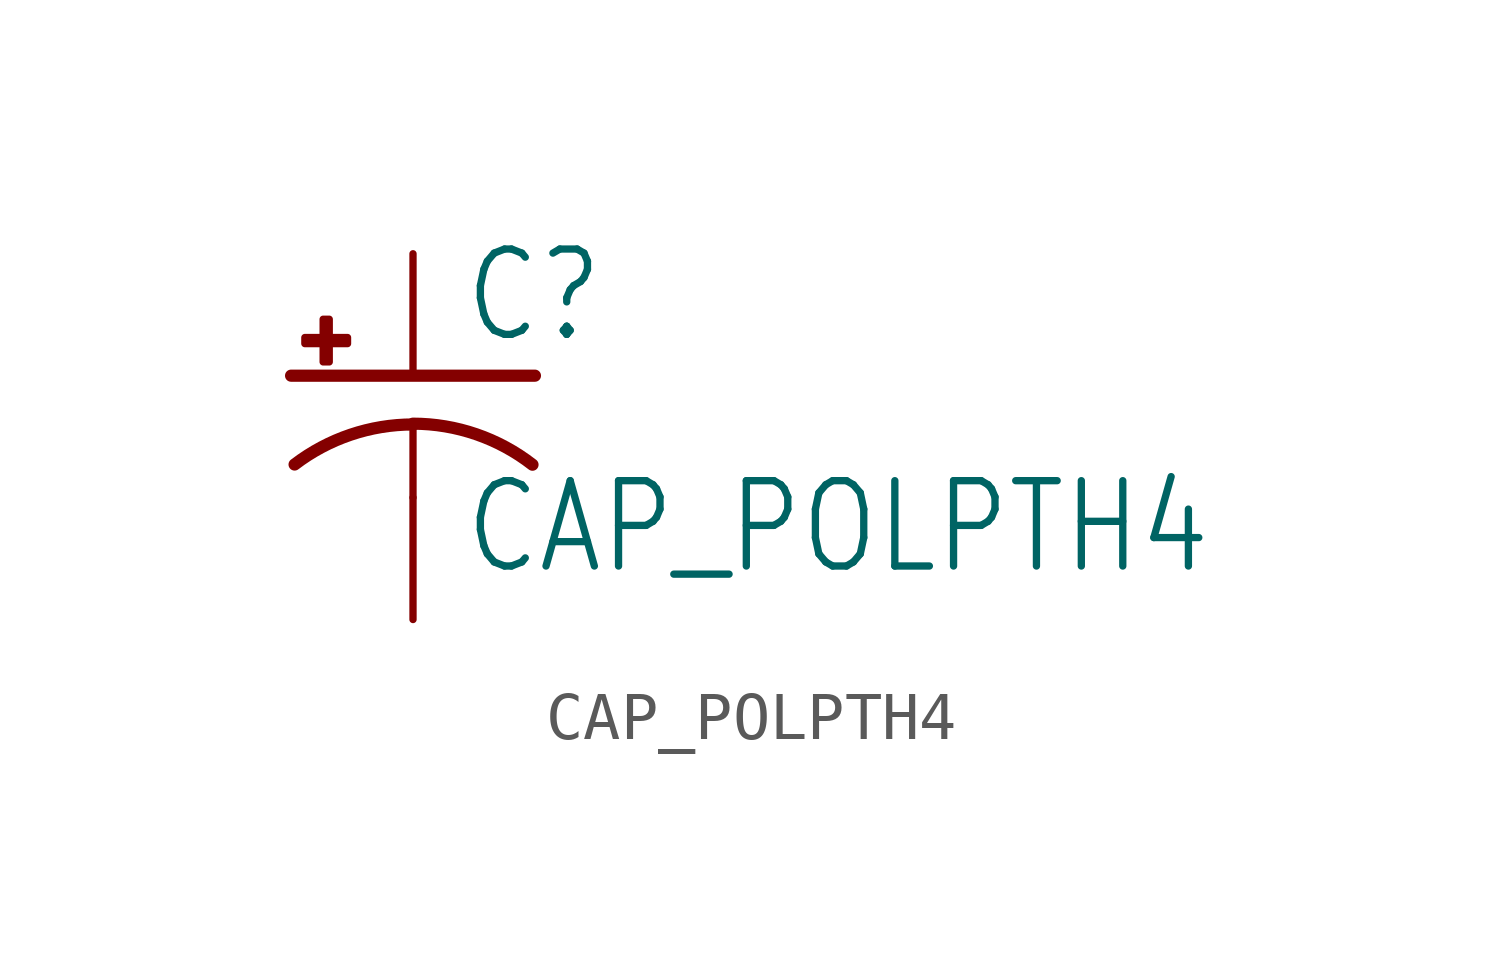
<source format=kicad_sym>
(kicad_symbol_lib
  (version 20200126)
  (host kicad_symbol_editor "5.99.0-unknown-aa7ce74~88~ubuntu18.04.1")
  (symbol "CAP_POLPTH4"
    (property "Reference" "C"
      (at 1.016 0.635 0)
      (effects (font (size 1.778 1.511)) (justify left bottom)))
    (property "Value" "CAP_POLPTH4"
      (at 1.016 -4.191 0)
      (effects (font (size 1.778 1.511)) (justify left bottom)))
    (property "ki_locked" ""
      (at 0 0 0)
      (effects (font (size 1.27 1.27))))
    (symbol "CAP_POLPTH4_1_0"
      (arc (start 2.4892 -1.8542) (end 0 -1) (radius (at 0 -5.0542) (length 4.0541) (angles 52.1 90)) (stroke (width 0.254)) (fill (type none)))
      (arc (start 0 -1.0161) (end -2.4669 -1.8504) (radius (at -0.0001 -5.0797) (length 4.0636) (angles 90 127.4)) (stroke (width 0.254)) (fill (type none)))
      (rectangle (start -2.253 0.668) (end -1.364 0.795) (stroke (width 0)) (fill (type outline)))
      (rectangle (start -1.872 0.287) (end -1.745 1.176) (stroke (width 0)) (fill (type outline)))
      (polyline (pts (xy -2.54 0) (xy 2.54 0)) (stroke (width 0.254)) (fill (type none)))
      (polyline (pts (xy 0 -1.016) (xy 0 -1.016)) (stroke (width 0.152)) (fill (type none)))
      (polyline (pts (xy 0 -1.016) (xy 0 -2.54)) (stroke (width 0.152)) (fill (type none)))
      (pin passive line (at 0 2.54 270) (length 2.54) (name "+" (effects (font (size 0 0)))) (number "+" (effects (font (size 0 0)))))
      (pin passive line (at 0 -5.08 90) (length 2.54) (name "-" (effects (font (size 0 0)))) (number "-" (effects (font (size 0 0))))))))
</source>
